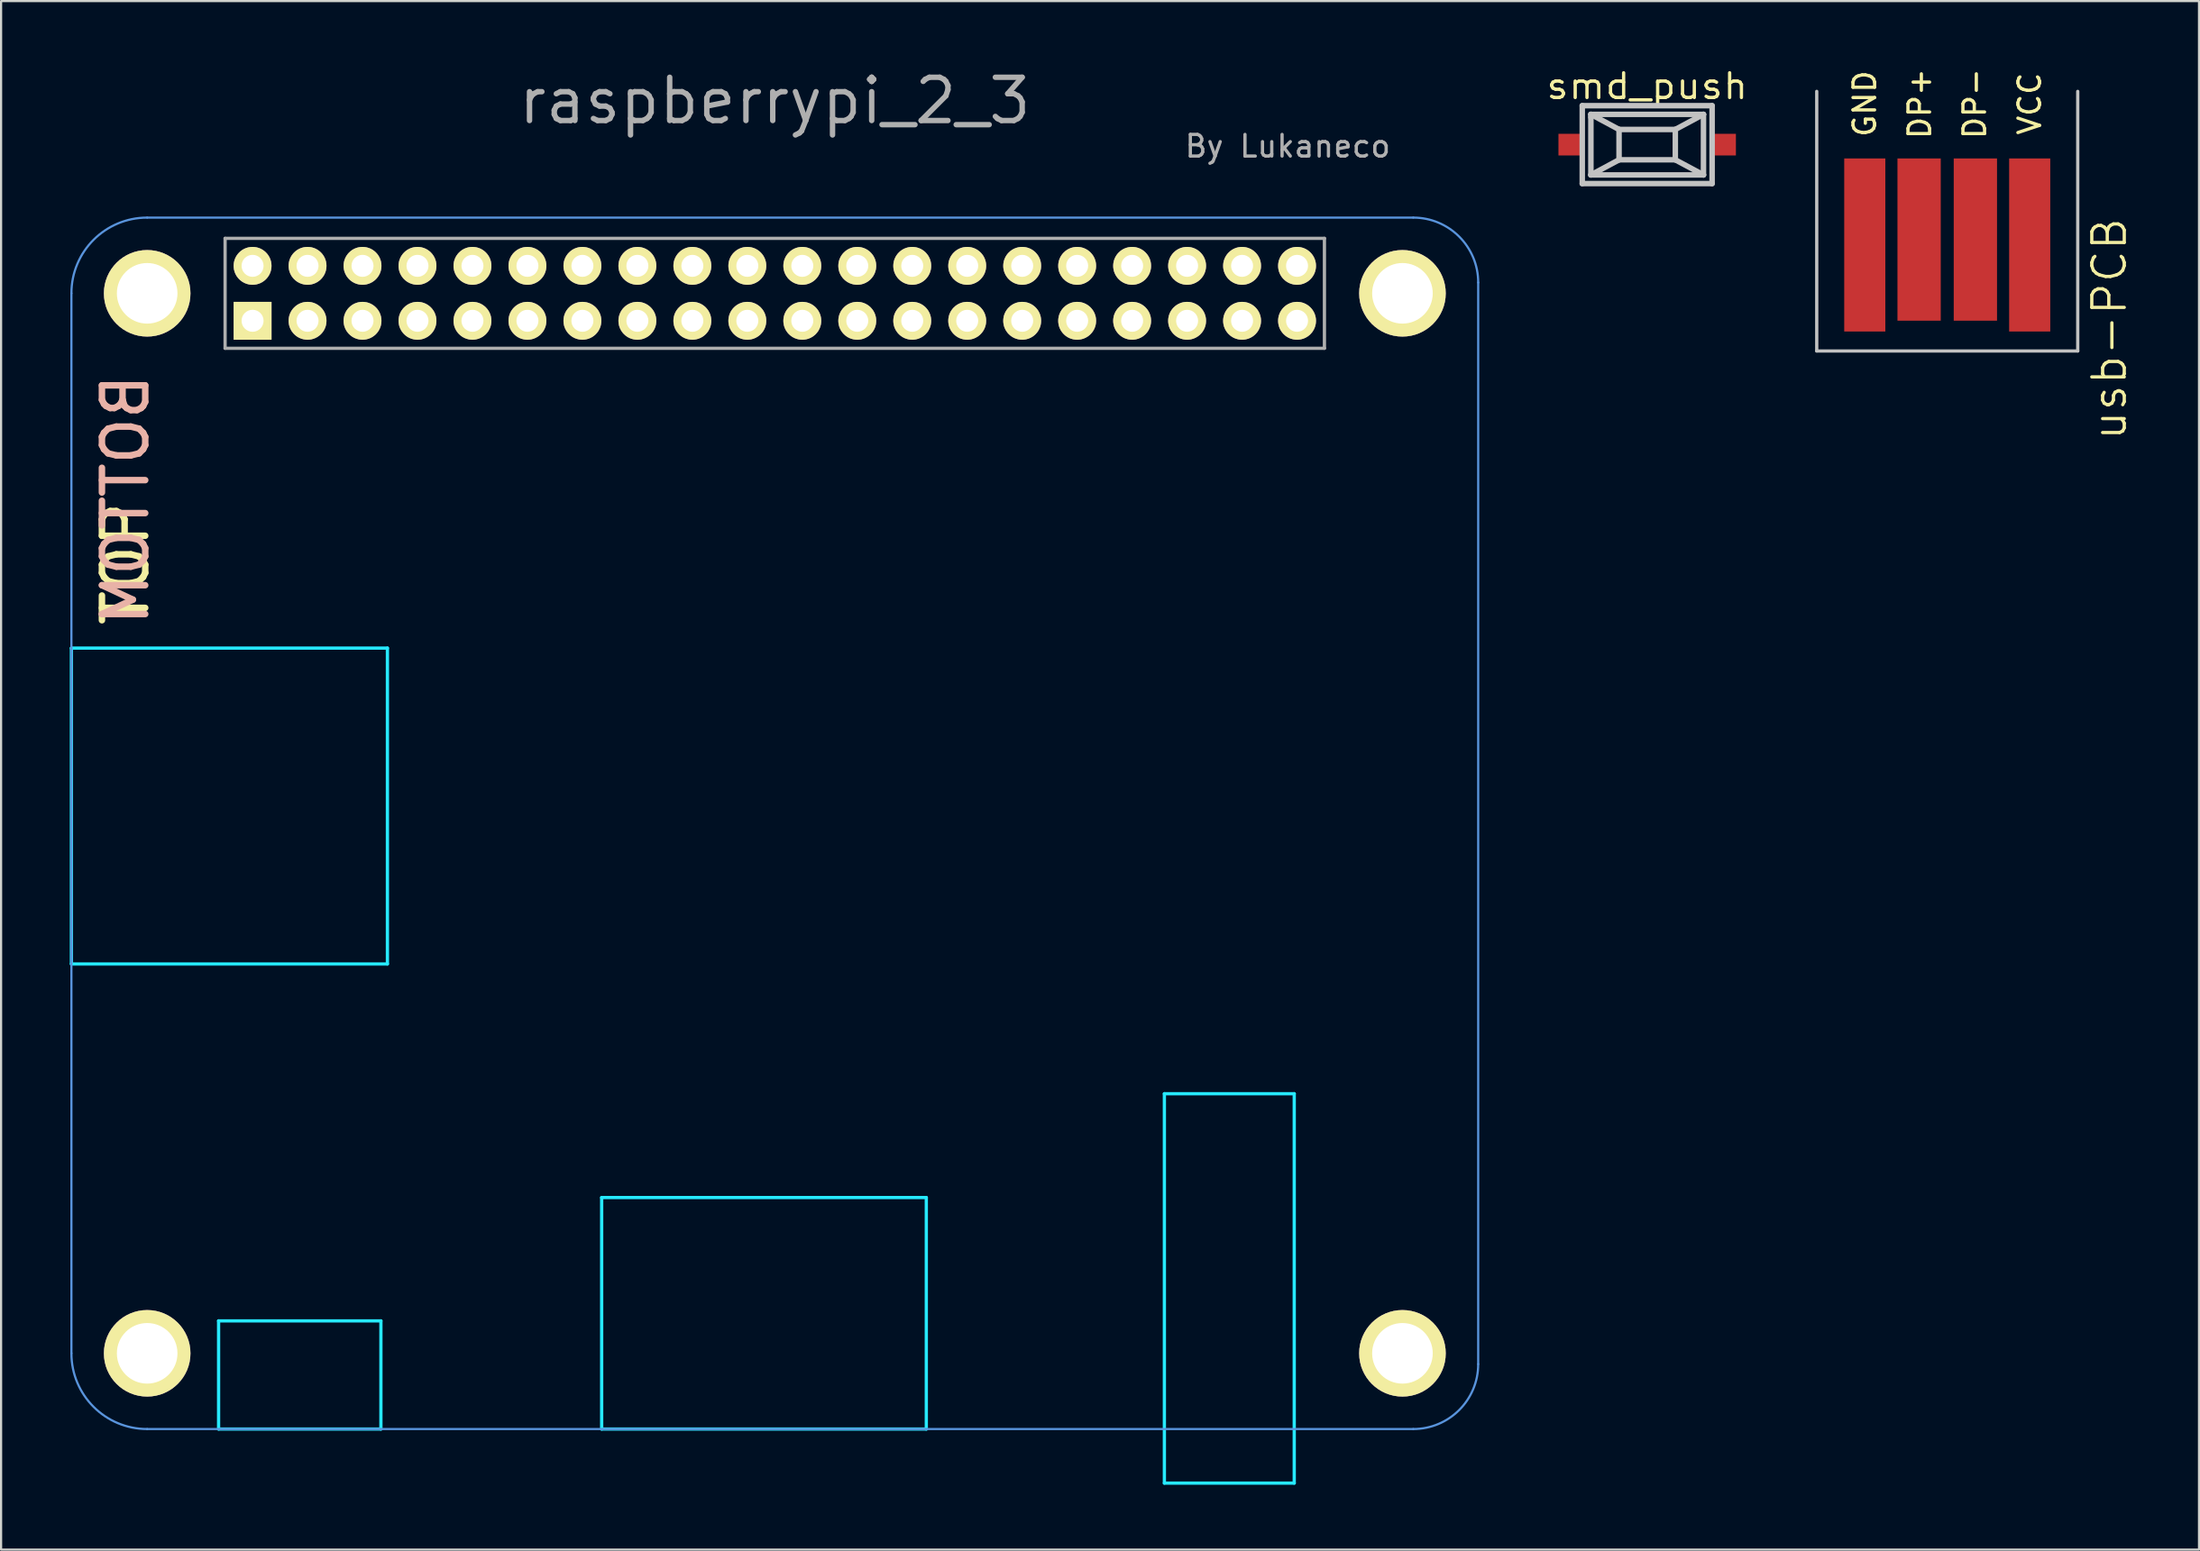
<source format=kicad_pcb>
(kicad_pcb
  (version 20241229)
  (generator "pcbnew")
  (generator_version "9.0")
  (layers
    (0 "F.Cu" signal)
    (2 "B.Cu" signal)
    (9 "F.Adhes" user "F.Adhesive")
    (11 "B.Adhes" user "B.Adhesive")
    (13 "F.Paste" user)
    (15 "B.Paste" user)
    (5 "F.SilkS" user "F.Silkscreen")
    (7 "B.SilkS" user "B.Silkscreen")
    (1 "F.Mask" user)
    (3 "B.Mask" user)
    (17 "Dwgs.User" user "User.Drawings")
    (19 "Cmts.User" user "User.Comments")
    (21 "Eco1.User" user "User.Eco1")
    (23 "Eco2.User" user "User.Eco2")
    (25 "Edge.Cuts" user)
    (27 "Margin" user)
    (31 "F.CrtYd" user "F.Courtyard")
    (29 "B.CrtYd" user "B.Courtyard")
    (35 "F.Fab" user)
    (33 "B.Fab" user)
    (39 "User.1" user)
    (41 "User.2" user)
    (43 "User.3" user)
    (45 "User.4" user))
  (footprint "smd_push"
    (layer "F.Cu")
    (at 73.058 3.636)
    (property "Reference" "smd_push" (at 0 -2.7 0) (layer "F.SilkS") (effects (font (size 1.143 1.27) (thickness 0.152))))
    (attr through_hole)
    (fp_line (start -3 -1.801) (end 3 -1.801) (stroke (width 0.254) (type solid)) (layer "Dwgs.User"))
    (fp_line (start -3 1.801) (end -3 -1.801) (stroke (width 0.254) (type solid)) (layer "Dwgs.User"))
    (fp_line (start -2.601 -1.4) (end -1.3 -0.701) (stroke (width 0.254) (type solid)) (layer "Dwgs.User"))
    (fp_line (start -2.601 -1.4) (end 2.601 -1.4) (stroke (width 0.254) (type solid)) (layer "Dwgs.User"))
    (fp_line (start -2.601 -1.27) (end -2.601 -1.4) (stroke (width 0.254) (type solid)) (layer "Dwgs.User"))
    (fp_line (start -2.601 1.4) (end -2.601 -1.27) (stroke (width 0.254) (type solid)) (layer "Dwgs.User"))
    (fp_line (start -1.3 -0.701) (end 1.3 -0.701) (stroke (width 0.254) (type solid)) (layer "Dwgs.User"))
    (fp_line (start -1.3 0.701) (end -2.601 1.4) (stroke (width 0.254) (type solid)) (layer "Dwgs.User"))
    (fp_line (start -1.3 0.701) (end -1.3 -0.701) (stroke (width 0.254) (type solid)) (layer "Dwgs.User"))
    (fp_line (start 1.3 -0.701) (end 1.3 0.701) (stroke (width 0.254) (type solid)) (layer "Dwgs.User"))
    (fp_line (start 1.3 -0.701) (end 2.601 -1.4) (stroke (width 0.254) (type solid)) (layer "Dwgs.User"))
    (fp_line (start 1.3 0.701) (end -1.3 0.701) (stroke (width 0.254) (type solid)) (layer "Dwgs.User"))
    (fp_line (start 1.3 0.701) (end 2.601 1.4) (stroke (width 0.254) (type solid)) (layer "Dwgs.User"))
    (fp_line (start 2.601 -1.4) (end 2.601 1.4) (stroke (width 0.254) (type solid)) (layer "Dwgs.User"))
    (fp_line (start 2.601 1.4) (end -2.601 1.4) (stroke (width 0.254) (type solid)) (layer "Dwgs.User"))
    (fp_line (start 3 -1.801) (end 3 1.801) (stroke (width 0.254) (type solid)) (layer "Dwgs.User"))
    (fp_line (start 3 1.801) (end -3 1.801) (stroke (width 0.254) (type solid)) (layer "Dwgs.User"))
    (pad "1" smd rect (at -3.599 0) (size 1.001 1.001) (layers "F.Cu" "F.Mask" "F.Paste"))
    (pad "2" smd rect (at 3.599 0) (size 1.001 1.001) (layers "F.Cu" "F.Mask" "F.Paste")))
  (footprint "usb-PCB"
    (layer "F.Cu")
    (at 86.922 13.174)
    (property "Reference" "usb-PCB" (at 7.493 -1.016 270) (layer "F.SilkS") (effects (font (size 1.5 1.5) (thickness 0.15))))
    (attr exclude_from_pos_files exclude_from_bom)
    (fp_line (start -6.03 0) (end -6.03 -12) (stroke (width 0.15) (type solid)) (layer "Dwgs.User"))
    (fp_line (start 6.03 0) (end -6.03 0) (stroke (width 0.15) (type solid)) (layer "Dwgs.User"))
    (fp_line (start 6.03 0) (end 6.03 -12) (stroke (width 0.15) (type solid)) (layer "Dwgs.User"))
    (fp_text user "GND" (at -3.81 -11.43 90) (layer "F.SilkS") (effects (font (size 1 1) (thickness 0.15))))
    (fp_text user "DP-" (at 1.27 -11.43 90) (layer "F.SilkS") (effects (font (size 1 1) (thickness 0.15))))
    (fp_text user "DP+" (at -1.27 -11.43 90) (layer "F.SilkS") (effects (font (size 1 1) (thickness 0.15))))
    (fp_text user "VCC" (at 3.81 -11.43 90) (layer "F.SilkS") (effects (font (size 1 1) (thickness 0.15))))
    (pad "1" smd rect (at 3.81 -4.9) (size 1.9 8) (layers "F.Cu" "F.Mask" "F.Paste"))
    (pad "2" smd rect (at 1.3 -5.15) (size 2 7.5) (layers "F.Cu" "F.Mask" "F.Paste"))
    (pad "3" smd rect (at -1.3 -5.15) (size 2 7.5) (layers "F.Cu" "F.Mask" "F.Paste"))
    (pad "4" smd rect (at -3.81 -4.9) (size 1.9 8) (layers "F.Cu" "F.Mask" "F.Paste")))
  (footprint "raspberrypi_2_3"
    (layer "F.Cu")
    (at 0.25 7.009)
    (property "Reference" "raspberrypi_2_3" (at 32.5 -5.4 0) (layer "F.Fab") (effects (font (size 2 2) (thickness 0.25))))
    (attr through_hole)
    (fp_line (start 0 3.5) (end 0 52.5) (stroke (width 0.1) (type solid)) (layer "Cmts.User"))
    (fp_line (start 3.5 0) (end 62 0) (stroke (width 0.1) (type solid)) (layer "Cmts.User"))
    (fp_line (start 3.5 56) (end 62 56) (stroke (width 0.1) (type solid)) (layer "Cmts.User"))
    (fp_line (start 65 3) (end 65 53) (stroke (width 0.1) (type solid)) (layer "Cmts.User"))
    (fp_arc (start 0 3.5) (mid 1.025126 1.025126) (end 3.5 0) (stroke (width 0.1) (type solid)) (layer "Cmts.User"))
    (fp_arc (start 3.5 56) (mid 1.025126 54.974874) (end 0 52.5) (stroke (width 0.1) (type solid)) (layer "Cmts.User"))
    (fp_arc (start 62 0) (mid 64.12132 0.87868) (end 65 3) (stroke (width 0.1) (type solid)) (layer "Cmts.User"))
    (fp_arc (start 65 53) (mid 64.12132 55.12132) (end 62 56) (stroke (width 0.1) (type solid)) (layer "Cmts.User"))
    (fp_line (start 0 19.9) (end 0 34.5) (stroke (width 0.15) (type solid)) (layer "B.CrtYd"))
    (fp_line (start 6.8 56) (end 6.8 51) (stroke (width 0.15) (type solid)) (layer "B.CrtYd"))
    (fp_line (start 14.3 51) (end 6.8 51) (stroke (width 0.15) (type solid)) (layer "B.CrtYd"))
    (fp_line (start 14.3 56) (end 6.8 56) (stroke (width 0.15) (type solid)) (layer "B.CrtYd"))
    (fp_line (start 14.3 56) (end 14.3 51) (stroke (width 0.15) (type solid)) (layer "B.CrtYd"))
    (fp_line (start 14.6 19.9) (end 0 19.9) (stroke (width 0.15) (type solid)) (layer "B.CrtYd"))
    (fp_line (start 14.6 19.9) (end 14.6 34.5) (stroke (width 0.15) (type solid)) (layer "B.CrtYd"))
    (fp_line (start 14.6 34.5) (end 0 34.5) (stroke (width 0.15) (type solid)) (layer "B.CrtYd"))
    (fp_line (start 24.5 45.3) (end 24.5 56) (stroke (width 0.15) (type solid)) (layer "B.CrtYd"))
    (fp_line (start 24.5 45.3) (end 39.5 45.3) (stroke (width 0.15) (type solid)) (layer "B.CrtYd"))
    (fp_line (start 39.5 56) (end 24.5 56) (stroke (width 0.15) (type solid)) (layer "B.CrtYd"))
    (fp_line (start 39.5 56) (end 39.5 45.3) (stroke (width 0.15) (type solid)) (layer "B.CrtYd"))
    (fp_line (start 50.5 40.5) (end 50.5 58.5) (stroke (width 0.15) (type solid)) (layer "B.CrtYd"))
    (fp_line (start 50.5 58.5) (end 56.5 58.5) (stroke (width 0.15) (type solid)) (layer "B.CrtYd"))
    (fp_line (start 56.5 40.5) (end 50.5 40.5) (stroke (width 0.15) (type solid)) (layer "B.CrtYd"))
    (fp_line (start 56.5 58.5) (end 56.5 40.5) (stroke (width 0.15) (type solid)) (layer "B.CrtYd"))
    (fp_line (start 7.1 0.96) (end 7.1 6.04) (stroke (width 0.15) (type solid)) (layer "F.Fab"))
    (fp_line (start 7.1 0.96) (end 57.9 0.96) (stroke (width 0.15) (type solid)) (layer "F.Fab"))
    (fp_line (start 57.895 6.04) (end 57.895 0.96) (stroke (width 0.15) (type solid)) (layer "F.Fab"))
    (fp_line (start 57.9 6.04) (end 7.1 6.04) (stroke (width 0.15) (type solid)) (layer "F.Fab"))
    (fp_text user "TOP" (at 2.5 19 90) (layer "F.SilkS") (effects (font (size 2 2) (thickness 0.3)) (justify left)))
    (fp_text user "BOTTOM" (at 2.5 19 90) (layer "B.SilkS") (effects (font (size 2 2) (thickness 0.3)) (justify right mirror)))
    (fp_text user "By Lukaneco" (at 56.2 -3.3 0) (layer "F.Fab") (effects (font (size 1 1) (thickness 0.15))))
    (pad "" np_thru_hole circle (at 3.5 3.5) (size 4 4) (drill 2.8) (layers "*.Cu" "*.Mask" "F.SilkS"))
    (pad "" np_thru_hole circle (at 3.5 52.5) (size 4 4) (drill 2.8) (layers "*.Cu" "*.Mask" "F.SilkS"))
    (pad "" np_thru_hole circle (at 61.5 3.5) (size 4 4) (drill 2.8) (layers "*.Cu" "*.Mask" "F.SilkS"))
    (pad "" np_thru_hole circle (at 61.5 52.5) (size 4 4) (drill 2.8) (layers "*.Cu" "*.Mask" "F.SilkS"))
    (pad "1" thru_hole rect (at 8.37 4.77) (size 1.75 1.75) (drill 1.016) (layers "*.Cu" "*.Mask" "F.SilkS"))
    (pad "2" thru_hole circle (at 8.37 2.23) (size 1.75 1.75) (drill 1.016) (layers "*.Cu" "*.Mask" "F.SilkS"))
    (pad "3" thru_hole circle (at 10.91 4.77) (size 1.75 1.75) (drill 1.016) (layers "*.Cu" "*.Mask" "F.SilkS"))
    (pad "4" thru_hole circle (at 10.91 2.23) (size 1.75 1.75) (drill 1.016) (layers "*.Cu" "*.Mask" "F.SilkS"))
    (pad "5" thru_hole circle (at 13.45 4.77) (size 1.75 1.75) (drill 1.016) (layers "*.Cu" "*.Mask" "F.SilkS"))
    (pad "6" thru_hole circle (at 13.45 2.23) (size 1.75 1.75) (drill 1.016) (layers "*.Cu" "*.Mask" "F.SilkS"))
    (pad "7" thru_hole circle (at 15.99 4.77) (size 1.75 1.75) (drill 1.016) (layers "*.Cu" "*.Mask" "F.SilkS"))
    (pad "8" thru_hole circle (at 15.99 2.23) (size 1.75 1.75) (drill 1.016) (layers "*.Cu" "*.Mask" "F.SilkS"))
    (pad "9" thru_hole circle (at 18.53 4.77) (size 1.75 1.75) (drill 1.016) (layers "*.Cu" "*.Mask" "F.SilkS"))
    (pad "10" thru_hole circle (at 18.53 2.23) (size 1.75 1.75) (drill 1.016) (layers "*.Cu" "*.Mask" "F.SilkS"))
    (pad "11" thru_hole circle (at 21.07 4.77) (size 1.75 1.75) (drill 1.016) (layers "*.Cu" "*.Mask" "F.SilkS"))
    (pad "12" thru_hole circle (at 21.07 2.23) (size 1.75 1.75) (drill 1.016) (layers "*.Cu" "*.Mask" "F.SilkS"))
    (pad "13" thru_hole circle (at 23.61 4.77) (size 1.75 1.75) (drill 1.016) (layers "*.Cu" "*.Mask" "F.SilkS"))
    (pad "14" thru_hole circle (at 23.61 2.23) (size 1.75 1.75) (drill 1.016) (layers "*.Cu" "*.Mask" "F.SilkS"))
    (pad "15" thru_hole circle (at 26.15 4.77) (size 1.75 1.75) (drill 1.016) (layers "*.Cu" "*.Mask" "F.SilkS"))
    (pad "16" thru_hole circle (at 26.15 2.23) (size 1.75 1.75) (drill 1.016) (layers "*.Cu" "*.Mask" "F.SilkS"))
    (pad "17" thru_hole circle (at 28.69 4.77) (size 1.75 1.75) (drill 1.016) (layers "*.Cu" "*.Mask" "F.SilkS"))
    (pad "18" thru_hole circle (at 28.69 2.23) (size 1.75 1.75) (drill 1.016) (layers "*.Cu" "*.Mask" "F.SilkS"))
    (pad "19" thru_hole circle (at 31.23 4.77) (size 1.75 1.75) (drill 1.016) (layers "*.Cu" "*.Mask" "F.SilkS"))
    (pad "20" thru_hole circle (at 31.23 2.23) (size 1.75 1.75) (drill 1.016) (layers "*.Cu" "*.Mask" "F.SilkS"))
    (pad "21" thru_hole circle (at 33.77 4.77) (size 1.75 1.75) (drill 1.016) (layers "*.Cu" "*.Mask" "F.SilkS"))
    (pad "22" thru_hole circle (at 33.77 2.23) (size 1.75 1.75) (drill 1.016) (layers "*.Cu" "*.Mask" "F.SilkS"))
    (pad "23" thru_hole circle (at 36.31 4.77) (size 1.75 1.75) (drill 1.016) (layers "*.Cu" "*.Mask" "F.SilkS"))
    (pad "24" thru_hole circle (at 36.31 2.23) (size 1.75 1.75) (drill 1.016) (layers "*.Cu" "*.Mask" "F.SilkS"))
    (pad "25" thru_hole circle (at 38.85 4.77) (size 1.75 1.75) (drill 1.016) (layers "*.Cu" "*.Mask" "F.SilkS"))
    (pad "26" thru_hole circle (at 38.85 2.23) (size 1.75 1.75) (drill 1.016) (layers "*.Cu" "*.Mask" "F.SilkS"))
    (pad "27" thru_hole circle (at 41.39 4.77) (size 1.75 1.75) (drill 1.016) (layers "*.Cu" "*.Mask" "F.SilkS"))
    (pad "28" thru_hole circle (at 41.39 2.23) (size 1.75 1.75) (drill 1.016) (layers "*.Cu" "*.Mask" "F.SilkS"))
    (pad "29" thru_hole circle (at 43.93 4.77) (size 1.75 1.75) (drill 1.016) (layers "*.Cu" "*.Mask" "F.SilkS"))
    (pad "30" thru_hole circle (at 43.93 2.23) (size 1.75 1.75) (drill 1.016) (layers "*.Cu" "*.Mask" "F.SilkS"))
    (pad "31" thru_hole circle (at 46.47 4.77) (size 1.75 1.75) (drill 1.016) (layers "*.Cu" "*.Mask" "F.SilkS"))
    (pad "32" thru_hole circle (at 46.47 2.23) (size 1.75 1.75) (drill 1.016) (layers "*.Cu" "*.Mask" "F.SilkS"))
    (pad "33" thru_hole circle (at 49.01 4.77) (size 1.75 1.75) (drill 1.016) (layers "*.Cu" "*.Mask" "F.SilkS"))
    (pad "34" thru_hole circle (at 49.01 2.23) (size 1.75 1.75) (drill 1.016) (layers "*.Cu" "*.Mask" "F.SilkS"))
    (pad "35" thru_hole circle (at 51.55 4.77) (size 1.75 1.75) (drill 1.016) (layers "*.Cu" "*.Mask" "F.SilkS"))
    (pad "36" thru_hole circle (at 51.55 2.23) (size 1.75 1.75) (drill 1.016) (layers "*.Cu" "*.Mask" "F.SilkS"))
    (pad "37" thru_hole circle (at 54.09 4.77) (size 1.75 1.75) (drill 1.016) (layers "*.Cu" "*.Mask" "F.SilkS"))
    (pad "38" thru_hole circle (at 54.09 2.23) (size 1.75 1.75) (drill 1.016) (layers "*.Cu" "*.Mask" "F.SilkS"))
    (pad "39" thru_hole circle (at 56.63 4.77) (size 1.75 1.75) (drill 1.016) (layers "*.Cu" "*.Mask" "F.SilkS"))
    (pad "40" thru_hole circle (at 56.63 2.23) (size 1.75 1.75) (drill 1.016) (layers "*.Cu" "*.Mask" "F.SilkS")))
  (gr_rect
    (start -3 -3)
    (end 98.555 68.584)
    (stroke (width 0.1) (type default))
    (fill no)
    (layer "Edge.Cuts")))
</source>
